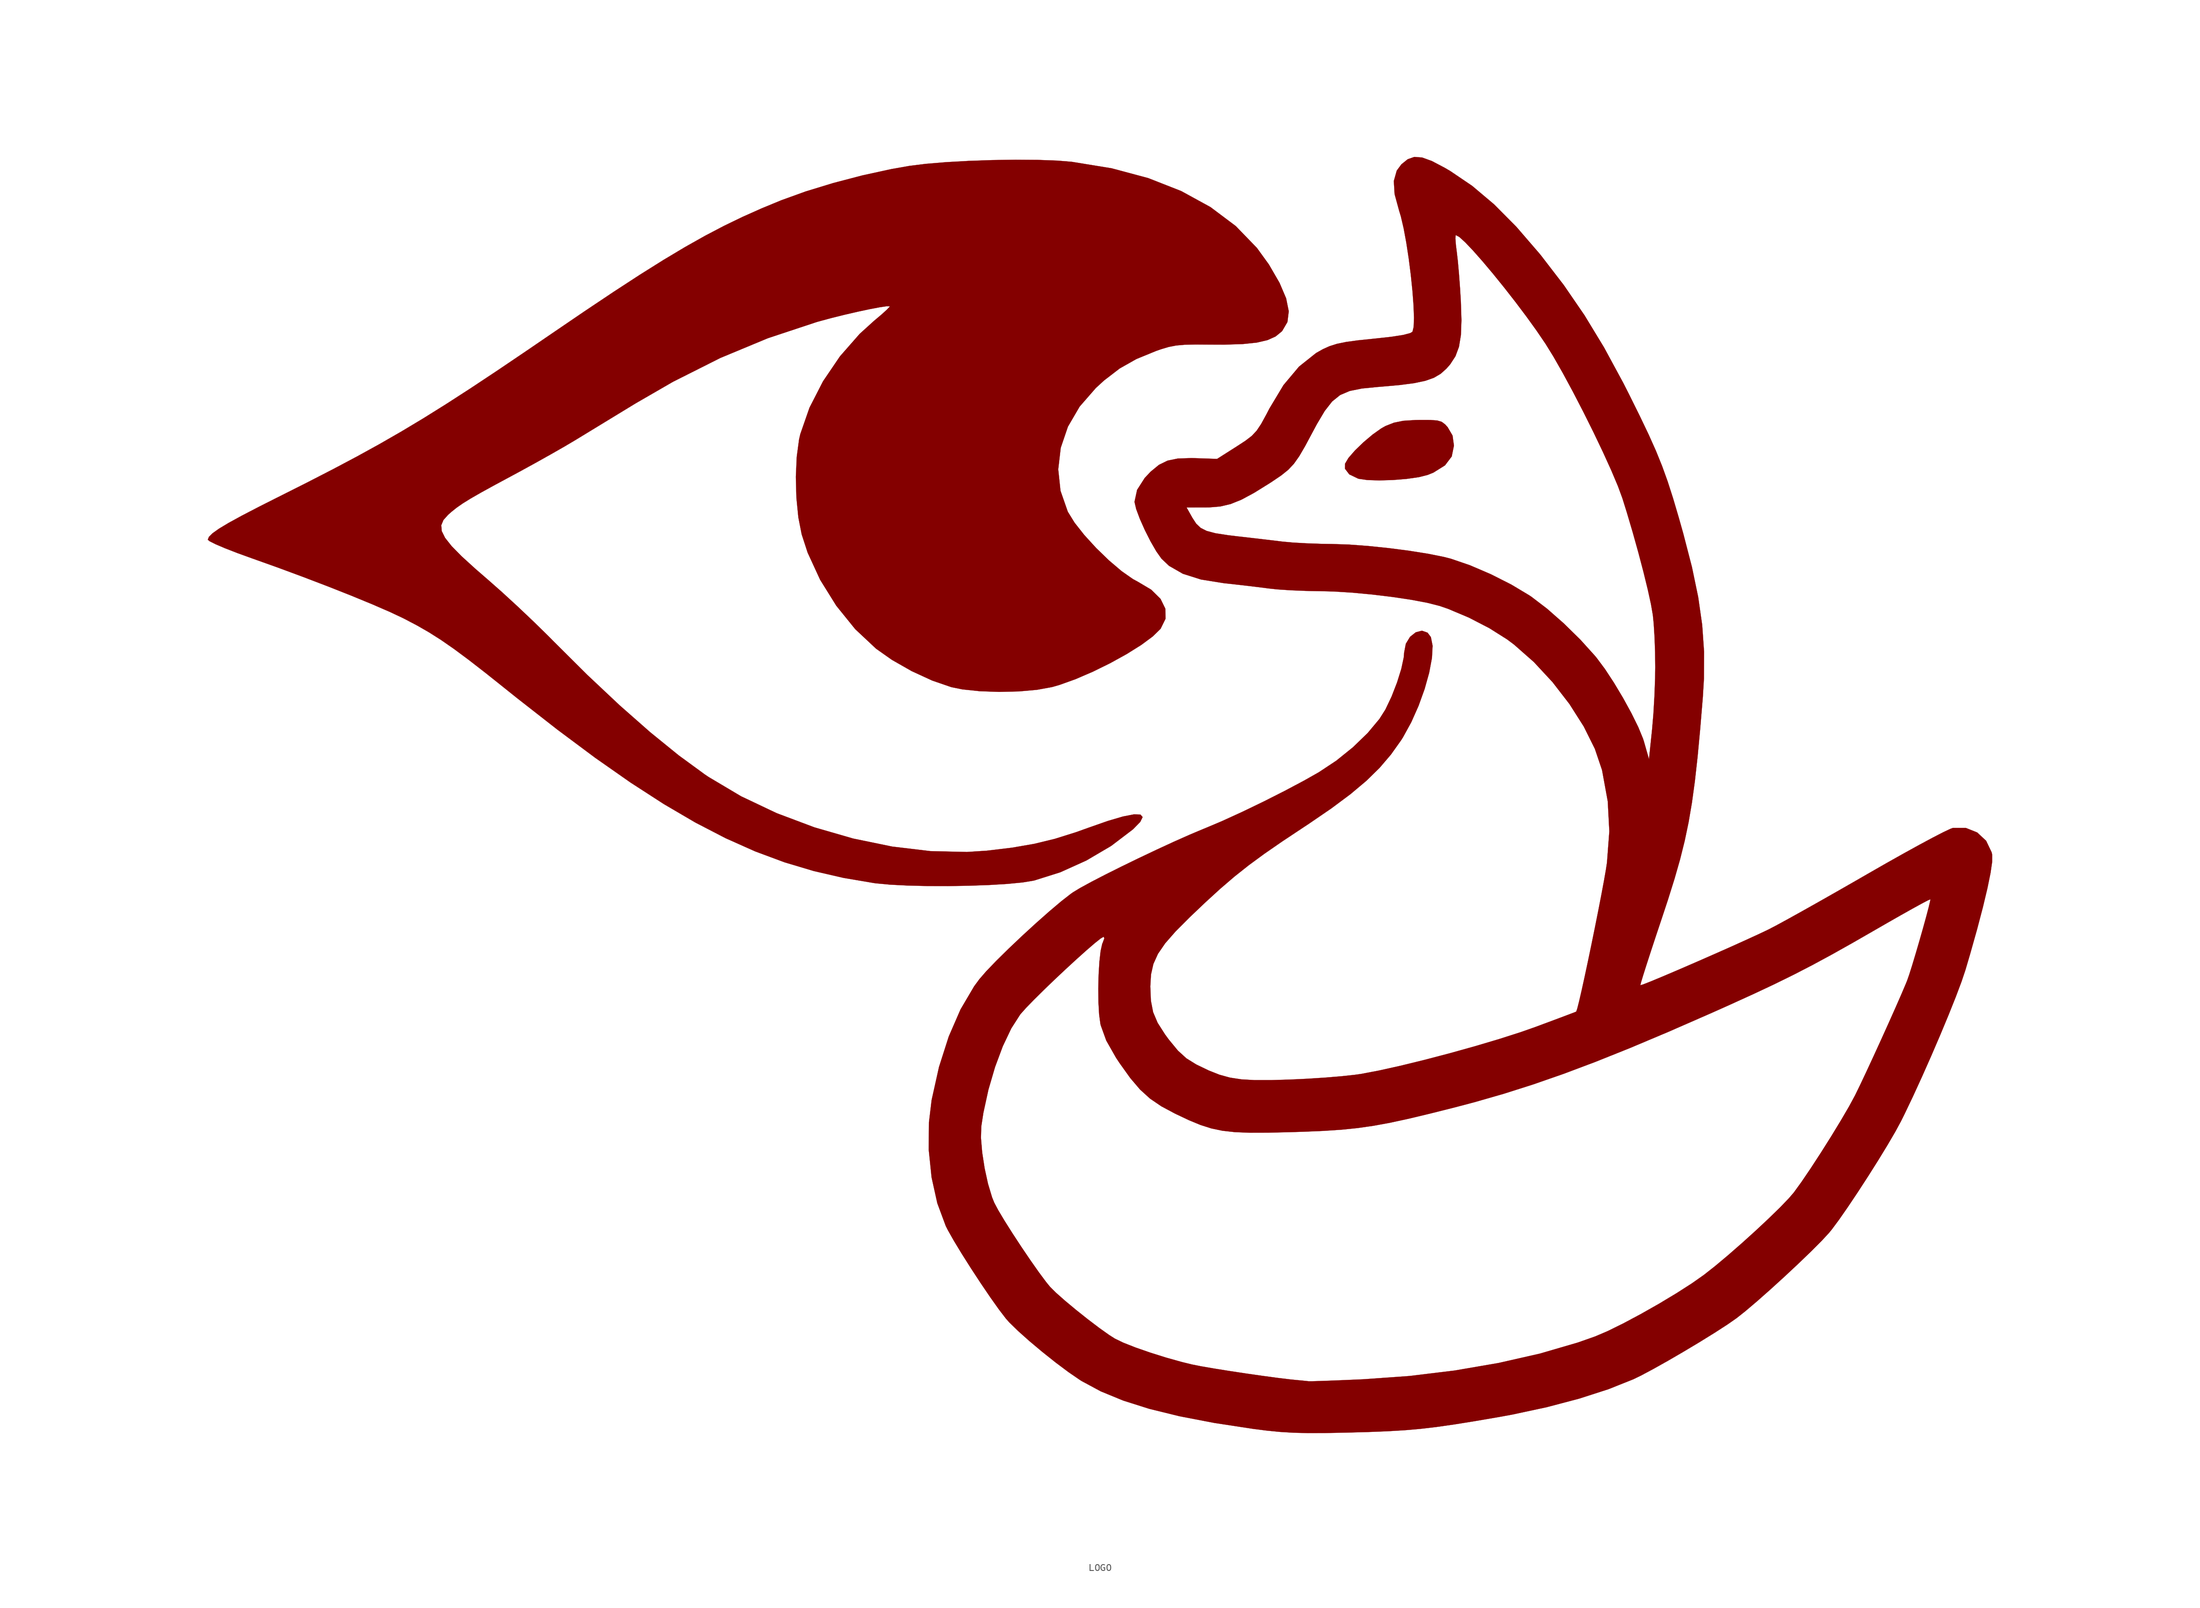
<source format=kicad_sym>
(kicad_symbol_lib
  (version 20220914)
  (generator "bitmap2component")
  (generator_version "8.0")
  (symbol "LOGO"
    (pin_names
      (offset 1.016))
    (property "Reference" "#G"
      (at 0 86.655 0)
      (effects (font (size 1.27 1.27)) hide))
    (symbol "LOGO_0_0"
      (polyline (pts (xy 30.72 -87.138) (xy 33.628 -87.083) (xy 36.574 -87.002) (xy 39.185 -86.9) (xy 41.502 -86.763) (xy 43.691 -86.573) (xy 45.917 -86.313) (xy 48.347 -85.966) (xy 51.147 -85.516) (xy 54.483 -84.945) (xy 56.227 -84.627) (xy 60.964 -83.612) (xy 65.402 -82.441) (xy 69.402 -81.153) (xy 72.826 -79.787) (xy 73.79 -79.319) (xy 75.485 -78.418) (xy 77.504 -77.287) (xy 79.687 -76.018) (xy 81.879 -74.705) (xy 83.922 -73.44) (xy 85.659 -72.318) (xy 86.932 -71.431) (xy 88.109 -70.498) (xy 89.709 -69.14) (xy 91.536 -67.525) (xy 93.461 -65.772) (xy 95.356 -64.001) (xy 97.091 -62.332) (xy 98.537 -60.883) (xy 99.563 -59.774) (xy 99.939 -59.312) (xy 100.92 -57.99) (xy 102.13 -56.249) (xy 103.484 -54.225) (xy 104.896 -52.05) (xy 106.278 -49.86) (xy 107.544 -47.788) (xy 108.608 -45.968) (xy 109.384 -44.534) (xy 109.861 -43.575) (xy 111.025 -41.138) (xy 112.264 -38.434) (xy 113.524 -35.593) (xy 114.748 -32.745) (xy 115.882 -30.02) (xy 116.87 -27.548) (xy 117.656 -25.459) (xy 118.185 -23.884) (xy 118.841 -21.658) (xy 119.794 -18.273) (xy 120.585 -15.259) (xy 121.201 -12.675) (xy 121.626 -10.583) (xy 121.848 -9.046) (xy 121.85 -8.123) (xy 121.77 -7.769) (xy 121.022 -6.203) (xy 119.799 -5.063) (xy 118.242 -4.443) (xy 116.49 -4.44) (xy 116.14 -4.566) (xy 115.173 -5.023) (xy 113.728 -5.768) (xy 111.886 -6.756) (xy 109.73 -7.945) (xy 107.34 -9.289) (xy 104.798 -10.746) (xy 103.276 -11.623) (xy 100.66 -13.121) (xy 98.166 -14.537) (xy 95.895 -15.814) (xy 93.945 -16.897) (xy 92.415 -17.731) (xy 91.404 -18.261) (xy 91.075 -18.422) (xy 89.807 -19.022) (xy 88.172 -19.772) (xy 86.273 -20.628) (xy 84.21 -21.544) (xy 82.087 -22.477) (xy 80.004 -23.383) (xy 78.064 -24.217) (xy 76.369 -24.934) (xy 75.02 -25.491) (xy 74.119 -25.842) (xy 73.769 -25.943) (xy 73.769 -25.943) (xy 73.852 -25.588) (xy 74.136 -24.645) (xy 74.593 -23.202) (xy 75.194 -21.349) (xy 75.91 -19.175) (xy 76.714 -16.768) (xy 77.541 -14.267) (xy 78.439 -11.404) (xy 79.195 -8.76) (xy 79.829 -6.219) (xy 80.364 -3.663) (xy 80.821 -0.977) (xy 81.222 1.958) (xy 81.589 5.257) (xy 81.943 9.037) (xy 82.306 13.415) (xy 82.458 15.953) (xy 82.475 19.633) (xy 82.22 23.294) (xy 81.676 27.097) (xy 80.822 31.204) (xy 79.639 35.775) (xy 79.022 37.962) (xy 78.241 40.609) (xy 77.504 42.903) (xy 76.745 45.007) (xy 75.903 47.085) (xy 74.912 49.301) (xy 73.709 51.819) (xy 72.231 54.803) (xy 71.437 56.368) (xy 68.808 61.222) (xy 66.138 65.618) (xy 63.307 69.745) (xy 60.193 73.793) (xy 60.007 74.022) (xy 56.822 77.715) (xy 53.77 80.788) (xy 50.785 83.305) (xy 47.8 85.326) (xy 47.03 85.777) (xy 45.29 86.691) (xy 43.946 87.179) (xy 42.88 87.257) (xy 41.975 86.94) (xy 41.113 86.244) (xy 40.479 85.387) (xy 40.08 83.966) (xy 40.188 82.167) (xy 40.8 79.923) (xy 41.041 79.126) (xy 41.422 77.494) (xy 41.785 75.531) (xy 42.116 73.365) (xy 42.401 71.127) (xy 42.625 68.946) (xy 42.775 66.95) (xy 42.835 65.27) (xy 42.792 64.034) (xy 42.631 63.371) (xy 42.333 63.184) (xy 41.34 62.924) (xy 39.661 62.667) (xy 37.281 62.409) (xy 35.22 62.197) (xy 33.566 61.972) (xy 32.315 61.717) (xy 31.306 61.398) (xy 30.38 60.981) (xy 29.457 60.46) (xy 27.126 58.604) (xy 25.001 56.075) (xy 23.075 52.865) (xy 22.674 52.09) (xy 21.953 50.771) (xy 21.334 49.843) (xy 20.669 49.135) (xy 19.809 48.474) (xy 18.607 47.689) (xy 15.928 45.987) (xy 13.039 46.084) (xy 12.422 46.1) (xy 10.564 46.04) (xy 9.151 45.751) (xy 7.981 45.174) (xy 6.856 44.249) (xy 6.043 43.39) (xy 4.997 41.755) (xy 4.651 40.156) (xy 4.654 40.065) (xy 4.822 39.352) (xy 11.76 39.352) (xy 14.376 39.356) (xy 14.88 39.362) (xy 16.372 39.488) (xy 17.776 39.818) (xy 19.253 40.413) (xy 20.966 41.334) (xy 23.075 42.643) (xy 23.468 42.898) (xy 24.698 43.732) (xy 25.64 44.488) (xy 26.416 45.309) (xy 27.146 46.339) (xy 27.953 47.721) (xy 28.958 49.6) (xy 29.564 50.73) (xy 30.64 52.541) (xy 31.653 53.836) (xy 32.745 54.715) (xy 34.053 55.273) (xy 35.72 55.609) (xy 37.884 55.821) (xy 38.254 55.849) (xy 40.854 56.079) (xy 42.865 56.341) (xy 44.398 56.665) (xy 45.566 57.081) (xy 46.48 57.618) (xy 47.252 58.306) (xy 47.779 58.905) (xy 48.504 60.017) (xy 48.983 61.306) (xy 49.246 62.903) (xy 49.321 64.941) (xy 49.236 67.551) (xy 49.127 69.354) (xy 48.982 71.305) (xy 48.829 73.009) (xy 48.688 74.232) (xy 48.563 75.222) (xy 48.494 76.126) (xy 48.523 76.534) (xy 48.578 76.559) (xy 49.033 76.315) (xy 49.83 75.59) (xy 50.904 74.461) (xy 52.19 73.005) (xy 53.627 71.298) (xy 55.148 69.419) (xy 56.692 67.443) (xy 58.193 65.449) (xy 59.588 63.513) (xy 60.813 61.711) (xy 61.886 59.974) (xy 63.166 57.73) (xy 64.55 55.168) (xy 65.971 52.422) (xy 67.364 49.626) (xy 68.661 46.912) (xy 69.796 44.414) (xy 70.703 42.267) (xy 71.315 40.604) (xy 71.912 38.694) (xy 72.722 35.957) (xy 73.495 33.188) (xy 74.194 30.53) (xy 74.782 28.125) (xy 75.222 26.114) (xy 75.477 24.642) (xy 75.593 23.478) (xy 75.708 21.635) (xy 75.783 19.564) (xy 75.808 17.53) (xy 75.786 16.06) (xy 75.695 13.596) (xy 75.551 11.124) (xy 75.371 9.006) (xy 74.948 4.954) (xy 74.263 7.358) (xy 74.134 7.761) (xy 73.489 9.329) (xy 72.548 11.238) (xy 71.409 13.315) (xy 70.172 15.383) (xy 68.936 17.269) (xy 67.799 18.795) (xy 67.559 19.085) (xy 65.576 21.281) (xy 63.326 23.491) (xy 61.028 25.511) (xy 58.9 27.135) (xy 58.591 27.345) (xy 56.143 28.811) (xy 53.341 30.228) (xy 50.482 31.454) (xy 47.864 32.35) (xy 46.894 32.597) (xy 44.738 33.028) (xy 42.17 33.436) (xy 39.385 33.797) (xy 36.576 34.087) (xy 33.937 34.282) (xy 31.661 34.357) (xy 30.171 34.379) (xy 28.136 34.45) (xy 26.276 34.556) (xy 24.863 34.686) (xy 24.342 34.75) (xy 22.634 34.954) (xy 20.671 35.183) (xy 18.782 35.398) (xy 17.383 35.566) (xy 15.7 35.829) (xy 14.51 36.144) (xy 13.678 36.564) (xy 13.071 37.145) (xy 12.552 37.942) (xy 11.76 39.352) (xy 4.822 39.352) (xy 4.875 39.127) (xy 5.371 37.797) (xy 6.053 36.266) (xy 6.832 34.723) (xy 7.619 33.358) (xy 8.324 32.359) (xy 9.356 31.378) (xy 11.251 30.29) (xy 13.723 29.506) (xy 16.814 29.008) (xy 17.712 28.911) (xy 19.693 28.687) (xy 21.584 28.461) (xy 23.075 28.27) (xy 24.211 28.151) (xy 26.004 28.032) (xy 28.036 27.949) (xy 30.051 27.914) (xy 31.897 27.866) (xy 34.472 27.703) (xy 37.214 27.444) (xy 39.947 27.113) (xy 42.495 26.73) (xy 44.681 26.317) (xy 46.328 25.897) (xy 47.502 25.494) (xy 50.337 24.299) (xy 53.135 22.852) (xy 55.56 21.322) (xy 56.511 20.61) (xy 59.214 18.23) (xy 61.768 15.479) (xy 64.075 12.494) (xy 66.036 9.41) (xy 67.551 6.365) (xy 68.522 3.495) (xy 68.545 3.398) (xy 69.315 -0.817) (xy 69.53 -4.91) (xy 69.208 -9.184) (xy 69.062 -10.145) (xy 68.796 -11.668) (xy 68.442 -13.562) (xy 68.024 -15.718) (xy 67.563 -18.029) (xy 67.082 -20.389) (xy 66.602 -22.689) (xy 66.146 -24.823) (xy 65.736 -26.683) (xy 65.394 -28.162) (xy 65.142 -29.153) (xy 65.003 -29.548) (xy 64.82 -29.624) (xy 64.066 -29.913) (xy 62.834 -30.377) (xy 61.237 -30.974) (xy 59.386 -31.662) (xy 57.388 -32.363) (xy 54.468 -33.298) (xy 51.199 -34.269) (xy 47.752 -35.231) (xy 44.298 -36.137) (xy 41.007 -36.942) (xy 38.049 -37.6) (xy 35.596 -38.065) (xy 34.69 -38.192) (xy 32.862 -38.386) (xy 30.654 -38.568) (xy 28.264 -38.722) (xy 25.895 -38.834) (xy 23.329 -38.91) (xy 21.069 -38.911) (xy 19.237 -38.805) (xy 17.684 -38.567) (xy 16.26 -38.175) (xy 14.817 -37.605) (xy 13.206 -36.832) (xy 13.056 -36.755) (xy 11.742 -35.939) (xy 10.579 -34.88) (xy 9.34 -33.375) (xy 8.822 -32.67) (xy 7.805 -31.078) (xy 7.188 -29.623) (xy 6.884 -28.053) (xy 6.803 -26.116) (xy 6.803 -26.095) (xy 6.898 -24.478) (xy 7.224 -23.038) (xy 7.849 -21.655) (xy 8.843 -20.207) (xy 10.274 -18.574) (xy 12.21 -16.635) (xy 14.305 -14.642) (xy 16.365 -12.758) (xy 18.297 -11.1) (xy 20.251 -9.55) (xy 22.374 -7.99) (xy 24.816 -6.303) (xy 27.725 -4.371) (xy 28.389 -3.934) (xy 31.543 -1.777) (xy 34.159 0.172) (xy 36.328 1.994) (xy 38.14 3.77) (xy 39.688 5.583) (xy 41.062 7.513) (xy 41.334 7.941) (xy 42.463 9.995) (xy 43.462 12.241) (xy 44.292 14.544) (xy 44.914 16.769) (xy 45.29 18.782) (xy 45.38 20.448) (xy 45.146 21.633) (xy 44.692 22.24) (xy 43.925 22.51) (xy 43.079 22.293) (xy 42.297 21.671) (xy 41.721 20.725) (xy 41.494 19.538) (xy 41.437 18.861) (xy 41.101 17.295) (xy 40.523 15.443) (xy 39.775 13.517) (xy 38.927 11.733) (xy 38.113 10.451) (xy 36.512 8.533) (xy 34.501 6.587) (xy 32.225 4.752) (xy 29.833 3.167) (xy 27.839 2.038) (xy 25.163 0.616) (xy 22.263 -0.851) (xy 19.348 -2.257) (xy 16.627 -3.501) (xy 14.31 -4.48) (xy 14.026 -4.594) (xy 12.189 -5.367) (xy 10.033 -6.326) (xy 7.677 -7.412) (xy 5.246 -8.564) (xy 2.86 -9.724) (xy 0.641 -10.833) (xy -1.289 -11.832) (xy -2.807 -12.661) (xy -3.792 -13.261) (xy -4.065 -13.455) (xy -5.377 -14.478) (xy -7.008 -15.857) (xy -8.836 -17.475) (xy -10.736 -19.217) (xy -12.581 -20.967) (xy -14.249 -22.61) (xy -15.613 -24.028) (xy -16.55 -25.108) (xy -17.272 -26.089) (xy -19.129 -29.244) (xy -20.742 -32.953) (xy -22.073 -37.115) (xy -23.08 -41.632) (xy -23.445 -44.674) (xy -23.462 -46.808) (xy -16.338 -46.808) (xy -16.296 -45.256) (xy -16.005 -43.371) (xy -15.314 -40.207) (xy -14.412 -37.125) (xy -13.353 -34.283) (xy -12.191 -31.841) (xy -10.982 -29.955) (xy -10.905 -29.859) (xy -10.179 -29.045) (xy -9.111 -27.943) (xy -7.795 -26.641) (xy -6.326 -25.226) (xy -4.798 -23.788) (xy -3.305 -22.414) (xy -1.942 -21.192) (xy -0.803 -20.209) (xy 0.017 -19.556) (xy 0.424 -19.318) (xy 0.522 -19.531) (xy 0.303 -20.123) (xy 0.229 -20.295) (xy 0.012 -21.27) (xy -0.152 -22.732) (xy -0.259 -24.505) (xy -0.305 -26.415) (xy -0.283 -28.287) (xy -0.189 -29.945) (xy -0.018 -31.215) (xy 0.024 -31.404) (xy 0.783 -33.504) (xy 2.118 -35.854) (xy 2.622 -36.611) (xy 4.073 -38.639) (xy 5.405 -40.201) (xy 6.763 -41.435) (xy 8.292 -42.477) (xy 10.136 -43.465) (xy 10.342 -43.566) (xy 12.115 -44.402) (xy 13.673 -45.044) (xy 15.148 -45.514) (xy 16.674 -45.832) (xy 18.383 -46.02) (xy 20.408 -46.1) (xy 22.882 -46.093) (xy 25.937 -46.02) (xy 27.829 -45.961) (xy 30.537 -45.845) (xy 32.919 -45.686) (xy 35.119 -45.463) (xy 37.283 -45.154) (xy 39.556 -44.737) (xy 42.082 -44.191) (xy 45.007 -43.492) (xy 48.475 -42.62) (xy 51.093 -41.929) (xy 55.082 -40.783) (xy 59.105 -39.505) (xy 63.26 -38.059) (xy 67.647 -36.41) (xy 72.362 -34.52) (xy 77.506 -32.353) (xy 83.176 -29.874) (xy 86.014 -28.608) (xy 89.266 -27.128) (xy 92.128 -25.781) (xy 94.754 -24.49) (xy 97.298 -23.175) (xy 99.914 -21.76) (xy 102.758 -20.164) (xy 105.982 -18.311) (xy 107.442 -17.469) (xy 109.364 -16.373) (xy 111.006 -15.451) (xy 112.283 -14.75) (xy 113.111 -14.318) (xy 113.406 -14.2) (xy 113.371 -14.431) (xy 113.17 -15.281) (xy 112.829 -16.576) (xy 112.39 -18.167) (xy 111.895 -19.902) (xy 111.389 -21.632) (xy 110.915 -23.206) (xy 110.514 -24.474) (xy 110.231 -25.286) (xy 110.055 -25.72) (xy 109.454 -27.136) (xy 108.643 -28.987) (xy 107.689 -31.126) (xy 106.659 -33.406) (xy 105.62 -35.676) (xy 104.639 -37.792) (xy 103.784 -39.603) (xy 103.121 -40.962) (xy 103.108 -40.99) (xy 102.29 -42.502) (xy 101.168 -44.425) (xy 99.85 -46.589) (xy 98.441 -48.824) (xy 97.049 -50.962) (xy 95.781 -52.831) (xy 94.744 -54.263) (xy 94.068 -55.052) (xy 92.852 -56.315) (xy 91.295 -57.832) (xy 89.514 -59.498) (xy 87.623 -61.207) (xy 85.74 -62.852) (xy 83.981 -64.326) (xy 82.461 -65.523) (xy 80.819 -66.679) (xy 78.683 -68.049) (xy 76.299 -69.481) (xy 73.832 -70.879) (xy 71.45 -72.151) (xy 69.32 -73.201) (xy 67.608 -73.934) (xy 65.22 -74.774) (xy 60.04 -76.285) (xy 54.382 -77.568) (xy 48.387 -78.598) (xy 42.198 -79.348) (xy 35.953 -79.791) (xy 35.567 -79.809) (xy 33.397 -79.903) (xy 31.486 -79.98) (xy 29.946 -80.035) (xy 28.893 -80.065) (xy 28.441 -80.065) (xy 28.349 -80.054) (xy 27.652 -79.98) (xy 26.652 -79.886) (xy 25.946 -79.814) (xy 24.23 -79.608) (xy 22.147 -79.328) (xy 19.878 -79.003) (xy 17.602 -78.658) (xy 15.497 -78.321) (xy 13.744 -78.019) (xy 12.521 -77.777) (xy 11.096 -77.429) (xy 8.961 -76.831) (xy 6.8 -76.152) (xy 4.793 -75.454) (xy 3.122 -74.797) (xy 1.968 -74.241) (xy 1.177 -73.737) (xy -0.173 -72.777) (xy -1.734 -71.592) (xy -3.346 -70.309) (xy -4.851 -69.056) (xy -6.09 -67.961) (xy -6.903 -67.15) (xy -7.435 -66.497) (xy -8.419 -65.174) (xy -9.579 -63.524) (xy -10.815 -61.7) (xy -12.027 -59.85) (xy -13.115 -58.127) (xy -13.979 -56.68) (xy -14.521 -55.659) (xy -14.82 -54.918) (xy -15.371 -53.085) (xy -15.835 -50.963) (xy -16.171 -48.79) (xy -16.338 -46.808) (xy -23.462 -46.808) (xy -23.474 -48.448) (xy -23.086 -52.203) (xy -22.303 -55.738) (xy -21.147 -58.849) (xy -20.859 -59.418) (xy -20.042 -60.863) (xy -18.955 -62.655) (xy -17.696 -64.643) (xy -16.365 -66.674) (xy -15.06 -68.597) (xy -13.879 -70.26) (xy -12.921 -71.511) (xy -12.469 -72.018) (xy -11.277 -73.183) (xy -9.725 -74.567) (xy -7.96 -76.048) (xy -6.128 -77.506) (xy -4.375 -78.818) (xy -2.85 -79.864) (xy -2.572 -80.039) (xy 0.035 -81.444) (xy 3.098 -82.704) (xy 6.668 -83.834) (xy 10.795 -84.847) (xy 15.531 -85.758) (xy 20.928 -86.583) (xy 22.678 -86.805) (xy 24.506 -86.986) (xy 26.336 -87.097) (xy 28.349 -87.146) (xy 30.72 -87.138)) (stroke (width 0.01) (type default)) (fill (type outline)))
      (polyline (pts (xy -17.919 -12.342) (xy -15.171 -12.243) (xy -12.701 -12.093) (xy -10.653 -11.895) (xy -9.173 -11.652) (xy -9.027 -11.618) (xy -5.512 -10.511) (xy -1.936 -8.899) (xy 1.449 -6.909) (xy 4.393 -4.672) (xy 4.478 -4.597) (xy 5.431 -3.622) (xy 5.755 -2.962) (xy 5.461 -2.618) (xy 4.562 -2.591) (xy 3.07 -2.881) (xy 0.998 -3.489) (xy -1.643 -4.415) (xy -3.353 -5.028) (xy -6.245 -5.936) (xy -9.066 -6.62) (xy -12.078 -7.141) (xy -15.542 -7.556) (xy -18.255 -7.732) (xy -23.246 -7.615) (xy -28.473 -6.992) (xy -33.805 -5.895) (xy -39.11 -4.361) (xy -44.259 -2.424) (xy -49.118 -0.119) (xy -53.558 2.519) (xy -54.084 2.874) (xy -57.638 5.472) (xy -61.527 8.63) (xy -65.707 12.31) (xy -70.135 16.475) (xy -74.769 21.087) (xy -75.447 21.773) (xy -77.466 23.751) (xy -79.665 25.835) (xy -81.822 27.815) (xy -83.713 29.483) (xy -85.421 30.964) (xy -87.3 32.676) (xy -88.669 34.068) (xy -89.565 35.199) (xy -90.026 36.13) (xy -90.088 36.923) (xy -89.79 37.637) (xy -89.168 38.333) (xy -88.679 38.768) (xy -87.978 39.328) (xy -87.146 39.907) (xy -86.083 40.567) (xy -84.687 41.369) (xy -82.857 42.376) (xy -80.493 43.649) (xy -79.379 44.249) (xy -77.206 45.442) (xy -75.075 46.635) (xy -73.183 47.718) (xy -71.728 48.58) (xy -71.258 48.867) (xy -69.601 49.877) (xy -67.616 51.087) (xy -65.513 52.368) (xy -63.5 53.594) (xy -58.414 56.532) (xy -51.941 59.787) (xy -45.456 62.482) (xy -38.816 64.684) (xy -38.547 64.761) (xy -36.87 65.217) (xy -35.058 65.669) (xy -33.249 66.088) (xy -31.581 66.445) (xy -30.192 66.709) (xy -29.219 66.851) (xy -28.801 66.841) (xy -28.811 66.796) (xy -29.171 66.406) (xy -29.926 65.72) (xy -30.957 64.851) (xy -32.914 63.075) (xy -35.602 60.011) (xy -37.924 56.591) (xy -39.771 52.987) (xy -41.03 49.369) (xy -41.195 48.641) (xy -41.513 46.261) (xy -41.633 43.529) (xy -41.559 40.691) (xy -41.292 37.992) (xy -40.838 35.677) (xy -40.023 33.175) (xy -38.313 29.463) (xy -36.108 25.92) (xy -33.524 22.724) (xy -30.675 20.052) (xy -28.518 18.531) (xy -25.824 16.995) (xy -23.018 15.701) (xy -20.392 14.797) (xy -18.868 14.489) (xy -16.499 14.24) (xy -13.854 14.147) (xy -11.169 14.211) (xy -8.678 14.432) (xy -6.618 14.809) (xy -5.611 15.098) (xy -3.406 15.889) (xy -1.048 16.905) (xy 1.327 18.073) (xy 3.577 19.316) (xy 5.565 20.56) (xy 7.15 21.732) (xy 8.195 22.756) (xy 8.216 22.782) (xy 8.878 24.127) (xy 8.864 25.507) (xy 8.202 26.858) (xy 6.924 28.119) (xy 5.06 29.226) (xy 4.437 29.561) (xy 2.881 30.651) (xy 1.154 32.119) (xy -0.594 33.812) (xy -2.211 35.581) (xy -3.547 37.275) (xy -4.452 38.742) (xy -4.482 38.804) (xy -5.468 41.633) (xy -5.779 44.56) (xy -5.435 47.507) (xy -4.452 50.395) (xy -2.848 53.143) (xy -0.642 55.673) (xy 0.491 56.711) (xy 2.623 58.349) (xy 4.901 59.636) (xy 7.61 60.747) (xy 8.28 60.98) (xy 9.316 61.289) (xy 10.322 61.485) (xy 11.485 61.589) (xy 12.991 61.624) (xy 15.025 61.61) (xy 16.9 61.603) (xy 19.403 61.681) (xy 21.347 61.882) (xy 22.825 62.224) (xy 23.931 62.724) (xy 24.758 63.4) (xy 24.836 63.485) (xy 25.543 64.695) (xy 25.723 66.162) (xy 25.366 67.933) (xy 24.463 70.052) (xy 23.006 72.567) (xy 21.375 74.82) (xy 18.484 77.808) (xy 15.025 80.404) (xy 11.025 82.595) (xy 6.512 84.367) (xy 1.512 85.704) (xy -3.946 86.593) (xy -5.952 86.756) (xy -8.591 86.851) (xy -11.601 86.873) (xy -14.808 86.825) (xy -18.037 86.713) (xy -21.114 86.541) (xy -23.865 86.313) (xy -26.116 86.033) (xy -28.618 85.591) (xy -32.537 84.735) (xy -36.519 83.693) (xy -40.305 82.535) (xy -43.636 81.331) (xy -43.66 81.321) (xy -46.323 80.221) (xy -48.893 79.076) (xy -51.443 77.843) (xy -54.047 76.478) (xy -56.78 74.94) (xy -59.715 73.185) (xy -62.925 71.171) (xy -66.484 68.854) (xy -70.468 66.192) (xy -74.948 63.142) (xy -78.51 60.709) (xy -82.522 57.999) (xy -86.134 55.605) (xy -89.443 53.467) (xy -92.549 51.527) (xy -95.549 49.727) (xy -98.543 48.006) (xy -101.629 46.306) (xy -104.906 44.569) (xy -108.471 42.735) (xy -112.425 40.746) (xy -114.949 39.474) (xy -117.324 38.241) (xy -119.147 37.243) (xy -120.472 36.447) (xy -121.352 35.82) (xy -121.841 35.331) (xy -121.992 34.946) (xy -121.749 34.738) (xy -120.926 34.325) (xy -119.622 33.77) (xy -117.945 33.118) (xy -115.999 32.414) (xy -115.868 32.368) (xy -112.381 31.122) (xy -108.889 29.828) (xy -105.505 28.534) (xy -102.344 27.282) (xy -99.52 26.119) (xy -97.147 25.09) (xy -95.339 24.241) (xy -95.113 24.126) (xy -93.392 23.223) (xy -91.763 22.286) (xy -90.118 21.242) (xy -88.355 20.019) (xy -86.367 18.544) (xy -84.048 16.745) (xy -81.295 14.549) (xy -79.79 13.343) (xy -74.224 8.992) (xy -69.057 5.141) (xy -64.23 1.761) (xy -59.685 -1.179) (xy -55.365 -3.709) (xy -51.213 -5.859) (xy -47.171 -7.66) (xy -43.181 -9.143) (xy -39.185 -10.337) (xy -35.126 -11.273) (xy -30.947 -11.981) (xy -30.704 -12.014) (xy -28.76 -12.197) (xy -26.363 -12.319) (xy -23.66 -12.383) (xy -20.797 -12.39) (xy -17.919 -12.342)) (stroke (width 0.01) (type default)) (fill (type outline)))
      (polyline (pts (xy 39.962 43.104) (xy 41.836 43.256) (xy 43.494 43.492) (xy 44.713 43.799) (xy 45.504 44.123) (xy 47.074 45.104) (xy 47.995 46.321) (xy 48.296 47.806) (xy 48.106 49.182) (xy 47.431 50.333) (xy 47.088 50.708) (xy 46.627 51.055) (xy 46.014 51.239) (xy 45.063 51.308) (xy 43.585 51.31) (xy 43.036 51.301) (xy 41.378 51.196) (xy 40.102 50.94) (xy 38.95 50.487) (xy 38.361 50.157) (xy 37.173 49.312) (xy 35.921 48.255) (xy 34.769 47.14) (xy 33.88 46.119) (xy 33.421 45.345) (xy 33.409 44.639) (xy 33.992 43.873) (xy 35.194 43.296) (xy 35.285 43.27) (xy 36.463 43.099) (xy 38.097 43.048) (xy 39.962 43.104)) (stroke (width 0.01) (type default)) (fill (type outline))))))
</source>
